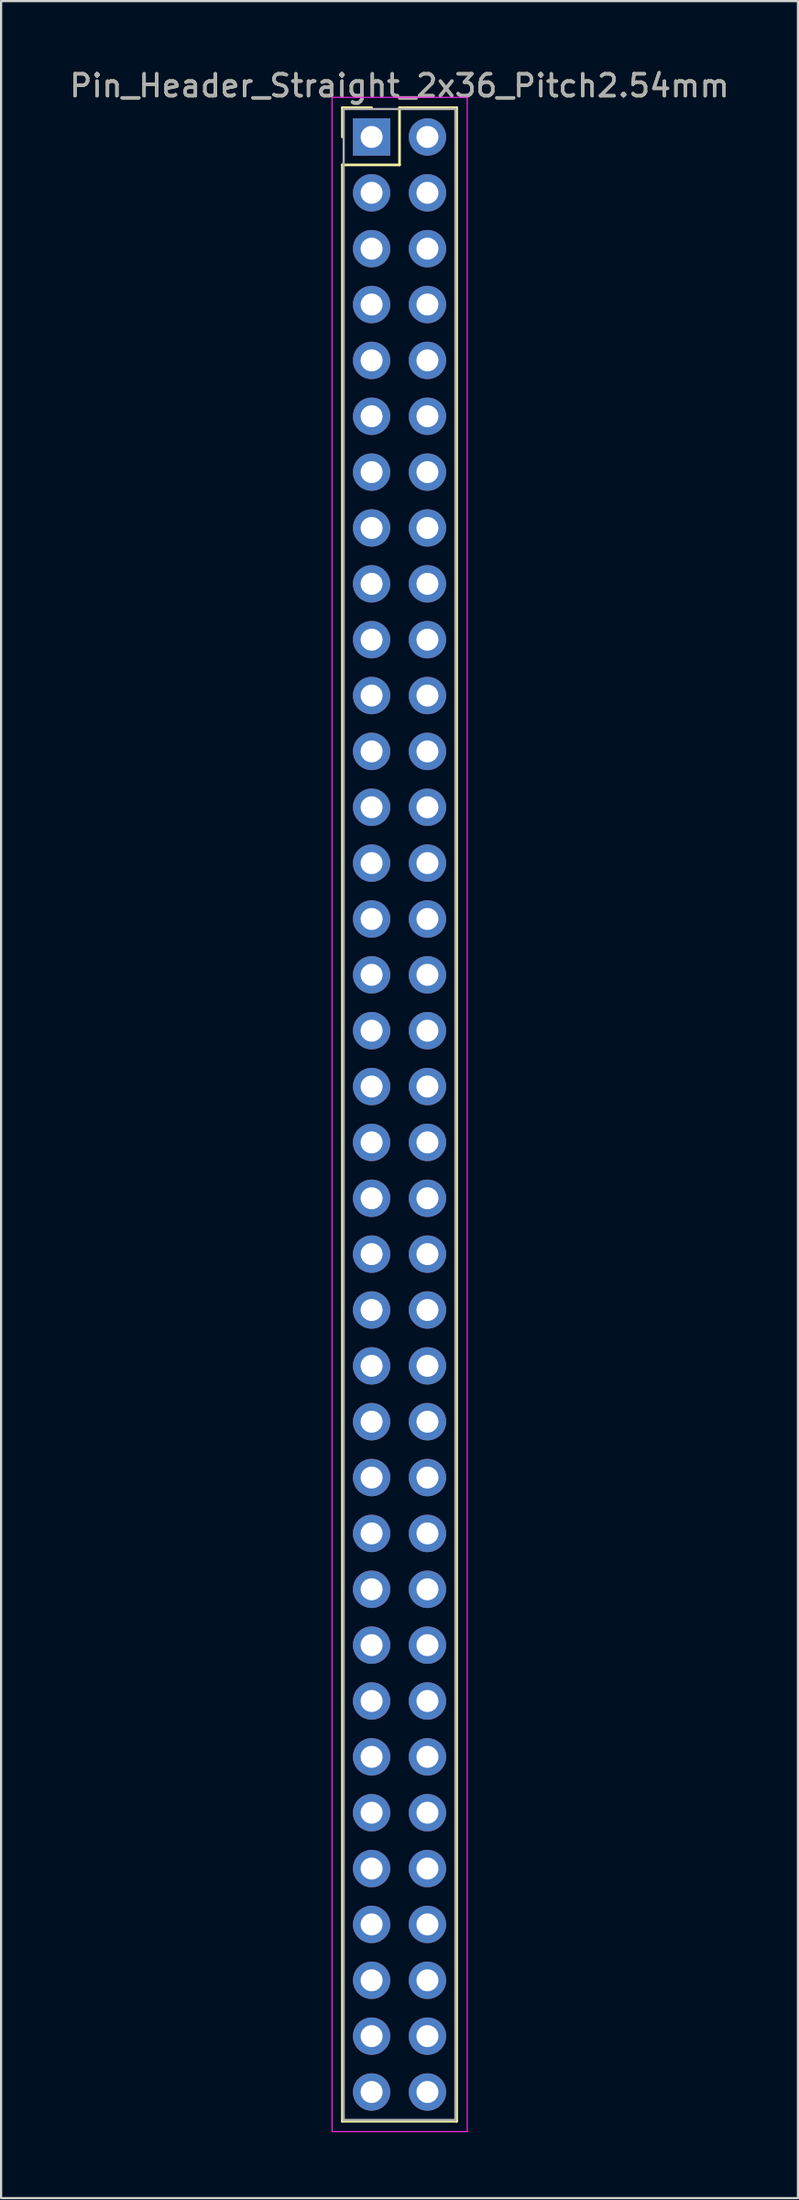
<source format=kicad_pcb>
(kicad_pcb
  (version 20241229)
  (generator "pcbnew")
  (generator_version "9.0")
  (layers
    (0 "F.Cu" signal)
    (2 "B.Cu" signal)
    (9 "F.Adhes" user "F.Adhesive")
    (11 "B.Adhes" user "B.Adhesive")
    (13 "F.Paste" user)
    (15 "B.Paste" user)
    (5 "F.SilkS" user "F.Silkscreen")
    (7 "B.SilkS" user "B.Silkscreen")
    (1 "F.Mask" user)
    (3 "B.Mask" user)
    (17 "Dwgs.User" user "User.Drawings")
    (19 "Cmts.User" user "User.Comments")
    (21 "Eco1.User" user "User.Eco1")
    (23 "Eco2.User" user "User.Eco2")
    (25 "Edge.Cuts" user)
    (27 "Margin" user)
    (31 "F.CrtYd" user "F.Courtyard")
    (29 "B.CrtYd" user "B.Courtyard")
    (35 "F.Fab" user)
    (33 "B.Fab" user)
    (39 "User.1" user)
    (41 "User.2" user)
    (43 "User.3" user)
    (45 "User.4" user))
  (footprint "Pin_Header_Straight_2x36_Pitch2.54mm"
    (layer "F.Cu")
    (at 13.855 3.178)
    (property "Reference" "Pin_Header_Straight_2x36_Pitch2.54mm" (at 1.27 -2.33 0) (layer "F.SilkS") (effects (font (size 1 1) (thickness 0.15))))
    (attr through_hole)
    (fp_line (start -1.33 -1.33) (end 0 -1.33) (stroke (width 0.12) (type solid)) (layer "F.SilkS"))
    (fp_line (start -1.33 0) (end -1.33 -1.33) (stroke (width 0.12) (type solid)) (layer "F.SilkS"))
    (fp_line (start -1.33 1.27) (end -1.33 90.23) (stroke (width 0.12) (type solid)) (layer "F.SilkS"))
    (fp_line (start -1.33 90.23) (end 3.87 90.23) (stroke (width 0.12) (type solid)) (layer "F.SilkS"))
    (fp_line (start 1.27 -1.33) (end 1.27 1.27) (stroke (width 0.12) (type solid)) (layer "F.SilkS"))
    (fp_line (start 1.27 1.27) (end -1.33 1.27) (stroke (width 0.12) (type solid)) (layer "F.SilkS"))
    (fp_line (start 3.87 -1.33) (end 1.27 -1.33) (stroke (width 0.12) (type solid)) (layer "F.SilkS"))
    (fp_line (start 3.87 90.23) (end 3.87 -1.33) (stroke (width 0.12) (type solid)) (layer "F.SilkS"))
    (fp_line (start -1.8 -1.8) (end -1.8 90.7) (stroke (width 0.05) (type solid)) (layer "F.CrtYd"))
    (fp_line (start -1.8 90.7) (end 4.35 90.7) (stroke (width 0.05) (type solid)) (layer "F.CrtYd"))
    (fp_line (start 4.35 -1.8) (end -1.8 -1.8) (stroke (width 0.05) (type solid)) (layer "F.CrtYd"))
    (fp_line (start 4.35 90.7) (end 4.35 -1.8) (stroke (width 0.05) (type solid)) (layer "F.CrtYd"))
    (fp_line (start -1.27 -1.27) (end -1.27 90.17) (stroke (width 0.1) (type solid)) (layer "F.Fab"))
    (fp_line (start -1.27 90.17) (end 3.81 90.17) (stroke (width 0.1) (type solid)) (layer "F.Fab"))
    (fp_line (start 3.81 -1.27) (end -1.27 -1.27) (stroke (width 0.1) (type solid)) (layer "F.Fab"))
    (fp_line (start 3.81 90.17) (end 3.81 -1.27) (stroke (width 0.1) (type solid)) (layer "F.Fab"))
    (fp_text user "${REFERENCE}" (at 1.27 -2.33 0) (layer "F.Fab") (effects (font (size 1 1) (thickness 0.15))))
    (pad "1" thru_hole rect (at 0 0) (size 1.7 1.7) (drill 1) (layers "*.Cu" "*.Mask"))
    (pad "2" thru_hole oval (at 2.54 0) (size 1.7 1.7) (drill 1) (layers "*.Cu" "*.Mask"))
    (pad "3" thru_hole oval (at 0 2.54) (size 1.7 1.7) (drill 1) (layers "*.Cu" "*.Mask"))
    (pad "4" thru_hole oval (at 2.54 2.54) (size 1.7 1.7) (drill 1) (layers "*.Cu" "*.Mask"))
    (pad "5" thru_hole oval (at 0 5.08) (size 1.7 1.7) (drill 1) (layers "*.Cu" "*.Mask"))
    (pad "6" thru_hole oval (at 2.54 5.08) (size 1.7 1.7) (drill 1) (layers "*.Cu" "*.Mask"))
    (pad "7" thru_hole oval (at 0 7.62) (size 1.7 1.7) (drill 1) (layers "*.Cu" "*.Mask"))
    (pad "8" thru_hole oval (at 2.54 7.62) (size 1.7 1.7) (drill 1) (layers "*.Cu" "*.Mask"))
    (pad "9" thru_hole oval (at 0 10.16) (size 1.7 1.7) (drill 1) (layers "*.Cu" "*.Mask"))
    (pad "10" thru_hole oval (at 2.54 10.16) (size 1.7 1.7) (drill 1) (layers "*.Cu" "*.Mask"))
    (pad "11" thru_hole oval (at 0 12.7) (size 1.7 1.7) (drill 1) (layers "*.Cu" "*.Mask"))
    (pad "12" thru_hole oval (at 2.54 12.7) (size 1.7 1.7) (drill 1) (layers "*.Cu" "*.Mask"))
    (pad "13" thru_hole oval (at 0 15.24) (size 1.7 1.7) (drill 1) (layers "*.Cu" "*.Mask"))
    (pad "14" thru_hole oval (at 2.54 15.24) (size 1.7 1.7) (drill 1) (layers "*.Cu" "*.Mask"))
    (pad "15" thru_hole oval (at 0 17.78) (size 1.7 1.7) (drill 1) (layers "*.Cu" "*.Mask"))
    (pad "16" thru_hole oval (at 2.54 17.78) (size 1.7 1.7) (drill 1) (layers "*.Cu" "*.Mask"))
    (pad "17" thru_hole oval (at 0 20.32) (size 1.7 1.7) (drill 1) (layers "*.Cu" "*.Mask"))
    (pad "18" thru_hole oval (at 2.54 20.32) (size 1.7 1.7) (drill 1) (layers "*.Cu" "*.Mask"))
    (pad "19" thru_hole oval (at 0 22.86) (size 1.7 1.7) (drill 1) (layers "*.Cu" "*.Mask"))
    (pad "20" thru_hole oval (at 2.54 22.86) (size 1.7 1.7) (drill 1) (layers "*.Cu" "*.Mask"))
    (pad "21" thru_hole oval (at 0 25.4) (size 1.7 1.7) (drill 1) (layers "*.Cu" "*.Mask"))
    (pad "22" thru_hole oval (at 2.54 25.4) (size 1.7 1.7) (drill 1) (layers "*.Cu" "*.Mask"))
    (pad "23" thru_hole oval (at 0 27.94) (size 1.7 1.7) (drill 1) (layers "*.Cu" "*.Mask"))
    (pad "24" thru_hole oval (at 2.54 27.94) (size 1.7 1.7) (drill 1) (layers "*.Cu" "*.Mask"))
    (pad "25" thru_hole oval (at 0 30.48) (size 1.7 1.7) (drill 1) (layers "*.Cu" "*.Mask"))
    (pad "26" thru_hole oval (at 2.54 30.48) (size 1.7 1.7) (drill 1) (layers "*.Cu" "*.Mask"))
    (pad "27" thru_hole oval (at 0 33.02) (size 1.7 1.7) (drill 1) (layers "*.Cu" "*.Mask"))
    (pad "28" thru_hole oval (at 2.54 33.02) (size 1.7 1.7) (drill 1) (layers "*.Cu" "*.Mask"))
    (pad "29" thru_hole oval (at 0 35.56) (size 1.7 1.7) (drill 1) (layers "*.Cu" "*.Mask"))
    (pad "30" thru_hole oval (at 2.54 35.56) (size 1.7 1.7) (drill 1) (layers "*.Cu" "*.Mask"))
    (pad "31" thru_hole oval (at 0 38.1) (size 1.7 1.7) (drill 1) (layers "*.Cu" "*.Mask"))
    (pad "32" thru_hole oval (at 2.54 38.1) (size 1.7 1.7) (drill 1) (layers "*.Cu" "*.Mask"))
    (pad "33" thru_hole oval (at 0 40.64) (size 1.7 1.7) (drill 1) (layers "*.Cu" "*.Mask"))
    (pad "34" thru_hole oval (at 2.54 40.64) (size 1.7 1.7) (drill 1) (layers "*.Cu" "*.Mask"))
    (pad "35" thru_hole oval (at 0 43.18) (size 1.7 1.7) (drill 1) (layers "*.Cu" "*.Mask"))
    (pad "36" thru_hole oval (at 2.54 43.18) (size 1.7 1.7) (drill 1) (layers "*.Cu" "*.Mask"))
    (pad "37" thru_hole oval (at 0 45.72) (size 1.7 1.7) (drill 1) (layers "*.Cu" "*.Mask"))
    (pad "38" thru_hole oval (at 2.54 45.72) (size 1.7 1.7) (drill 1) (layers "*.Cu" "*.Mask"))
    (pad "39" thru_hole oval (at 0 48.26) (size 1.7 1.7) (drill 1) (layers "*.Cu" "*.Mask"))
    (pad "40" thru_hole oval (at 2.54 48.26) (size 1.7 1.7) (drill 1) (layers "*.Cu" "*.Mask"))
    (pad "41" thru_hole oval (at 0 50.8) (size 1.7 1.7) (drill 1) (layers "*.Cu" "*.Mask"))
    (pad "42" thru_hole oval (at 2.54 50.8) (size 1.7 1.7) (drill 1) (layers "*.Cu" "*.Mask"))
    (pad "43" thru_hole oval (at 0 53.34) (size 1.7 1.7) (drill 1) (layers "*.Cu" "*.Mask"))
    (pad "44" thru_hole oval (at 2.54 53.34) (size 1.7 1.7) (drill 1) (layers "*.Cu" "*.Mask"))
    (pad "45" thru_hole oval (at 0 55.88) (size 1.7 1.7) (drill 1) (layers "*.Cu" "*.Mask"))
    (pad "46" thru_hole oval (at 2.54 55.88) (size 1.7 1.7) (drill 1) (layers "*.Cu" "*.Mask"))
    (pad "47" thru_hole oval (at 0 58.42) (size 1.7 1.7) (drill 1) (layers "*.Cu" "*.Mask"))
    (pad "48" thru_hole oval (at 2.54 58.42) (size 1.7 1.7) (drill 1) (layers "*.Cu" "*.Mask"))
    (pad "49" thru_hole oval (at 0 60.96) (size 1.7 1.7) (drill 1) (layers "*.Cu" "*.Mask"))
    (pad "50" thru_hole oval (at 2.54 60.96) (size 1.7 1.7) (drill 1) (layers "*.Cu" "*.Mask"))
    (pad "51" thru_hole oval (at 0 63.5) (size 1.7 1.7) (drill 1) (layers "*.Cu" "*.Mask"))
    (pad "52" thru_hole oval (at 2.54 63.5) (size 1.7 1.7) (drill 1) (layers "*.Cu" "*.Mask"))
    (pad "53" thru_hole oval (at 0 66.04) (size 1.7 1.7) (drill 1) (layers "*.Cu" "*.Mask"))
    (pad "54" thru_hole oval (at 2.54 66.04) (size 1.7 1.7) (drill 1) (layers "*.Cu" "*.Mask"))
    (pad "55" thru_hole oval (at 0 68.58) (size 1.7 1.7) (drill 1) (layers "*.Cu" "*.Mask"))
    (pad "56" thru_hole oval (at 2.54 68.58) (size 1.7 1.7) (drill 1) (layers "*.Cu" "*.Mask"))
    (pad "57" thru_hole oval (at 0 71.12) (size 1.7 1.7) (drill 1) (layers "*.Cu" "*.Mask"))
    (pad "58" thru_hole oval (at 2.54 71.12) (size 1.7 1.7) (drill 1) (layers "*.Cu" "*.Mask"))
    (pad "59" thru_hole oval (at 0 73.66) (size 1.7 1.7) (drill 1) (layers "*.Cu" "*.Mask"))
    (pad "60" thru_hole oval (at 2.54 73.66) (size 1.7 1.7) (drill 1) (layers "*.Cu" "*.Mask"))
    (pad "61" thru_hole oval (at 0 76.2) (size 1.7 1.7) (drill 1) (layers "*.Cu" "*.Mask"))
    (pad "62" thru_hole oval (at 2.54 76.2) (size 1.7 1.7) (drill 1) (layers "*.Cu" "*.Mask"))
    (pad "63" thru_hole oval (at 0 78.74) (size 1.7 1.7) (drill 1) (layers "*.Cu" "*.Mask"))
    (pad "64" thru_hole oval (at 2.54 78.74) (size 1.7 1.7) (drill 1) (layers "*.Cu" "*.Mask"))
    (pad "65" thru_hole oval (at 0 81.28) (size 1.7 1.7) (drill 1) (layers "*.Cu" "*.Mask"))
    (pad "66" thru_hole oval (at 2.54 81.28) (size 1.7 1.7) (drill 1) (layers "*.Cu" "*.Mask"))
    (pad "67" thru_hole oval (at 0 83.82) (size 1.7 1.7) (drill 1) (layers "*.Cu" "*.Mask"))
    (pad "68" thru_hole oval (at 2.54 83.82) (size 1.7 1.7) (drill 1) (layers "*.Cu" "*.Mask"))
    (pad "69" thru_hole oval (at 0 86.36) (size 1.7 1.7) (drill 1) (layers "*.Cu" "*.Mask"))
    (pad "70" thru_hole oval (at 2.54 86.36) (size 1.7 1.7) (drill 1) (layers "*.Cu" "*.Mask"))
    (pad "71" thru_hole oval (at 0 88.9) (size 1.7 1.7) (drill 1) (layers "*.Cu" "*.Mask"))
    (pad "72" thru_hole oval (at 2.54 88.9) (size 1.7 1.7) (drill 1) (layers "*.Cu" "*.Mask")))
  (gr_rect
    (start -3 -3)
    (end 33.25 96.903)
    (stroke (width 0.1) (type default))
    (fill no)
    (layer "Edge.Cuts")))
</source>
